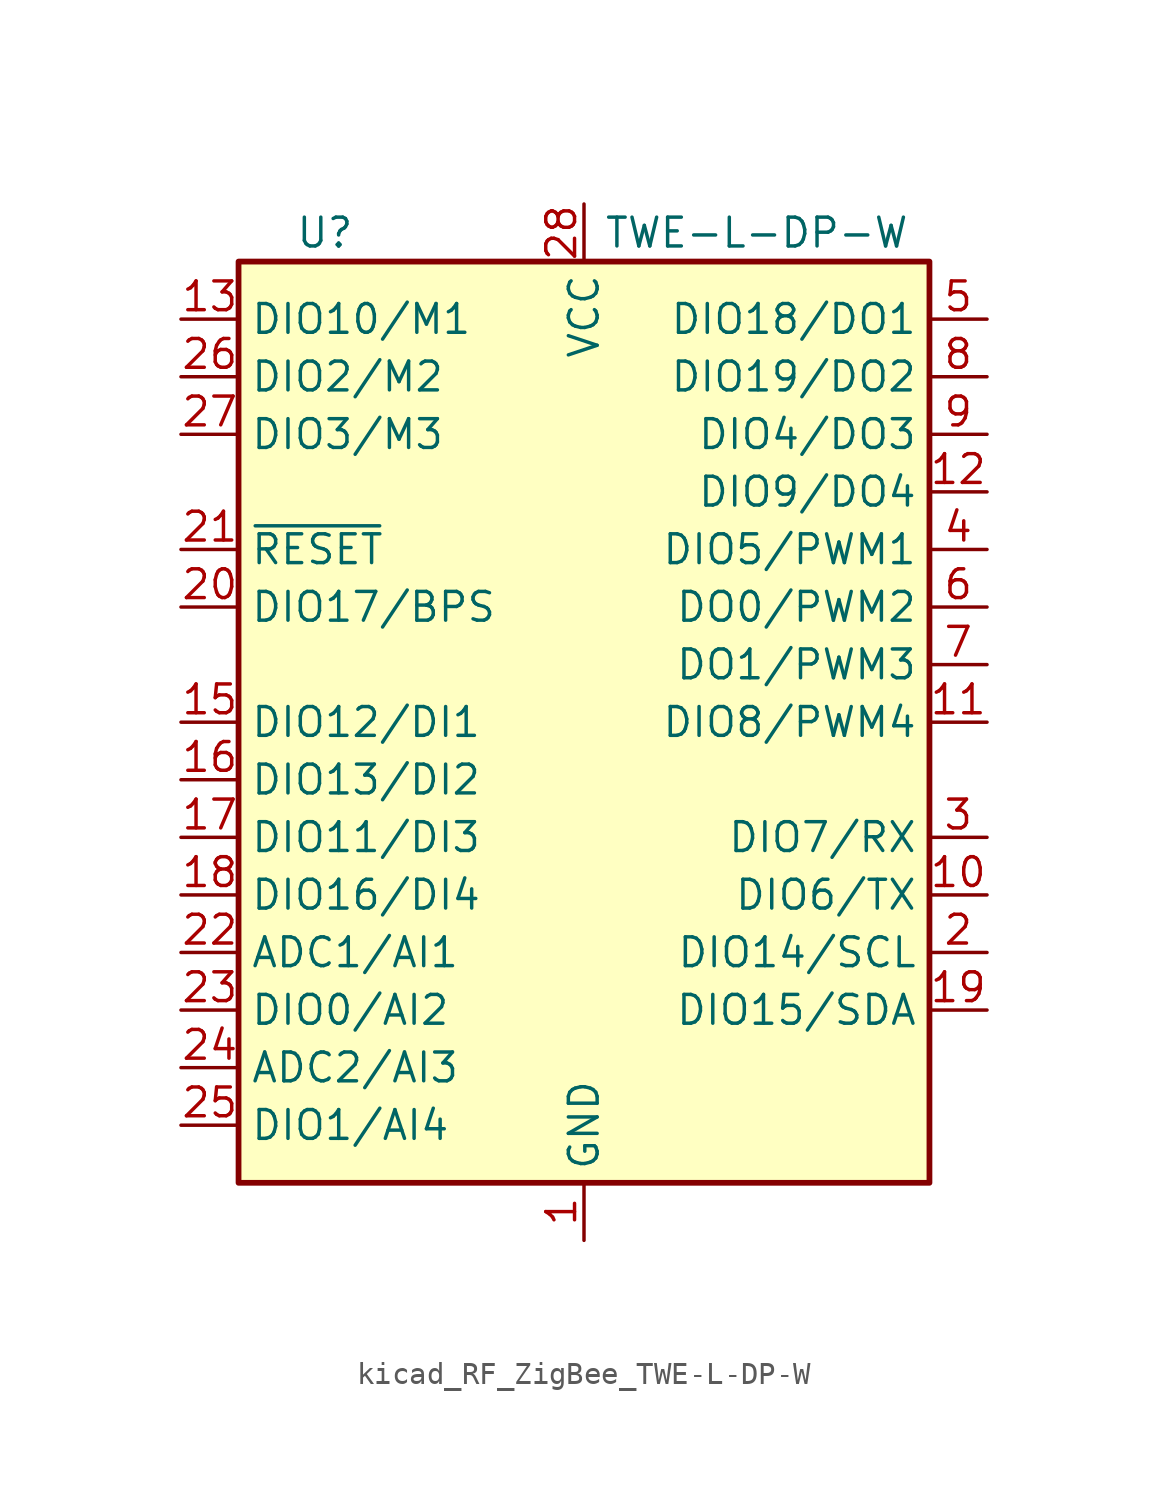
<source format=kicad_sym>
(kicad_symbol_lib
  (version 20220914)
  (generator kicad_symbol_editor)
  (symbol "kicad_RF_ZigBee_TWE-L-DP-W"
    (property "Reference" "U"
      (at -11.43 21.59 0)
      (effects (font (size 1.27 1.27))))
    (property "Value" "TWE-L-DP-W"
      (at 7.62 21.59 0)
      (effects (font (size 1.27 1.27))))
    (symbol "kicad_RF_ZigBee_TWE-L-DP-W_1_0"
      (rectangle (start -15.24 -20.32) (end 15.24 20.32) (stroke (width 0.254) (type default)) (fill (type background))))
    (symbol "kicad_RF_ZigBee_TWE-L-DP-W_1_1"
      (pin power_in line (at 0 -22.86 90) (length 2.54) (name "GND" (effects (font (size 1.27 1.27)))) (number "1" (effects (font (size 1.27 1.27)))))
      (pin bidirectional line (at 17.78 -7.62 180) (length 2.54) (name "DIO6/TX" (effects (font (size 1.27 1.27)))) (number "10" (effects (font (size 1.27 1.27)))))
      (pin bidirectional line (at 17.78 0 180) (length 2.54) (name "DIO8/PWM4" (effects (font (size 1.27 1.27)))) (number "11" (effects (font (size 1.27 1.27)))))
      (pin bidirectional line (at 17.78 10.16 180) (length 2.54) (name "DIO9/DO4" (effects (font (size 1.27 1.27)))) (number "12" (effects (font (size 1.27 1.27)))))
      (pin bidirectional line (at -17.78 17.78 0) (length 2.54) (name "DIO10/M1" (effects (font (size 1.27 1.27)))) (number "13" (effects (font (size 1.27 1.27)))))
      (pin passive line (at 0 -22.86 90) (length 2.54) hide (name "GND" (effects (font (size 1.27 1.27)))) (number "14" (effects (font (size 1.27 1.27)))))
      (pin bidirectional line (at -17.78 0 0) (length 2.54) (name "DIO12/DI1" (effects (font (size 1.27 1.27)))) (number "15" (effects (font (size 1.27 1.27)))))
      (pin bidirectional line (at -17.78 -2.54 0) (length 2.54) (name "DIO13/DI2" (effects (font (size 1.27 1.27)))) (number "16" (effects (font (size 1.27 1.27)))))
      (pin bidirectional line (at -17.78 -5.08 0) (length 2.54) (name "DIO11/DI3" (effects (font (size 1.27 1.27)))) (number "17" (effects (font (size 1.27 1.27)))))
      (pin bidirectional line (at -17.78 -7.62 0) (length 2.54) (name "DIO16/DI4" (effects (font (size 1.27 1.27)))) (number "18" (effects (font (size 1.27 1.27)))))
      (pin bidirectional line (at 17.78 -12.7 180) (length 2.54) (name "DIO15/SDA" (effects (font (size 1.27 1.27)))) (number "19" (effects (font (size 1.27 1.27)))))
      (pin bidirectional line (at 17.78 -10.16 180) (length 2.54) (name "DIO14/SCL" (effects (font (size 1.27 1.27)))) (number "2" (effects (font (size 1.27 1.27)))))
      (pin bidirectional line (at -17.78 5.08 0) (length 2.54) (name "DIO17/BPS" (effects (font (size 1.27 1.27)))) (number "20" (effects (font (size 1.27 1.27)))))
      (pin input line (at -17.78 7.62 0) (length 2.54) (name "~{RESET}" (effects (font (size 1.27 1.27)))) (number "21" (effects (font (size 1.27 1.27)))))
      (pin input line (at -17.78 -10.16 0) (length 2.54) (name "ADC1/AI1" (effects (font (size 1.27 1.27)))) (number "22" (effects (font (size 1.27 1.27)))))
      (pin bidirectional line (at -17.78 -12.7 0) (length 2.54) (name "DIO0/AI2" (effects (font (size 1.27 1.27)))) (number "23" (effects (font (size 1.27 1.27)))))
      (pin input line (at -17.78 -15.24 0) (length 2.54) (name "ADC2/AI3" (effects (font (size 1.27 1.27)))) (number "24" (effects (font (size 1.27 1.27)))))
      (pin bidirectional line (at -17.78 -17.78 0) (length 2.54) (name "DIO1/AI4" (effects (font (size 1.27 1.27)))) (number "25" (effects (font (size 1.27 1.27)))))
      (pin bidirectional line (at -17.78 15.24 0) (length 2.54) (name "DIO2/M2" (effects (font (size 1.27 1.27)))) (number "26" (effects (font (size 1.27 1.27)))))
      (pin bidirectional line (at -17.78 12.7 0) (length 2.54) (name "DIO3/M3" (effects (font (size 1.27 1.27)))) (number "27" (effects (font (size 1.27 1.27)))))
      (pin power_in line (at 0 22.86 270) (length 2.54) (name "VCC" (effects (font (size 1.27 1.27)))) (number "28" (effects (font (size 1.27 1.27)))))
      (pin bidirectional line (at 17.78 -5.08 180) (length 2.54) (name "DIO7/RX" (effects (font (size 1.27 1.27)))) (number "3" (effects (font (size 1.27 1.27)))))
      (pin bidirectional line (at 17.78 7.62 180) (length 2.54) (name "DIO5/PWM1" (effects (font (size 1.27 1.27)))) (number "4" (effects (font (size 1.27 1.27)))))
      (pin bidirectional line (at 17.78 17.78 180) (length 2.54) (name "DIO18/DO1" (effects (font (size 1.27 1.27)))) (number "5" (effects (font (size 1.27 1.27)))))
      (pin output line (at 17.78 5.08 180) (length 2.54) (name "DO0/PWM2" (effects (font (size 1.27 1.27)))) (number "6" (effects (font (size 1.27 1.27)))))
      (pin bidirectional line (at 17.78 2.54 180) (length 2.54) (name "DO1/PWM3" (effects (font (size 1.27 1.27)))) (number "7" (effects (font (size 1.27 1.27)))))
      (pin bidirectional line (at 17.78 15.24 180) (length 2.54) (name "DIO19/DO2" (effects (font (size 1.27 1.27)))) (number "8" (effects (font (size 1.27 1.27)))))
      (pin bidirectional line (at 17.78 12.7 180) (length 2.54) (name "DIO4/DO3" (effects (font (size 1.27 1.27)))) (number "9" (effects (font (size 1.27 1.27))))))))
</source>
